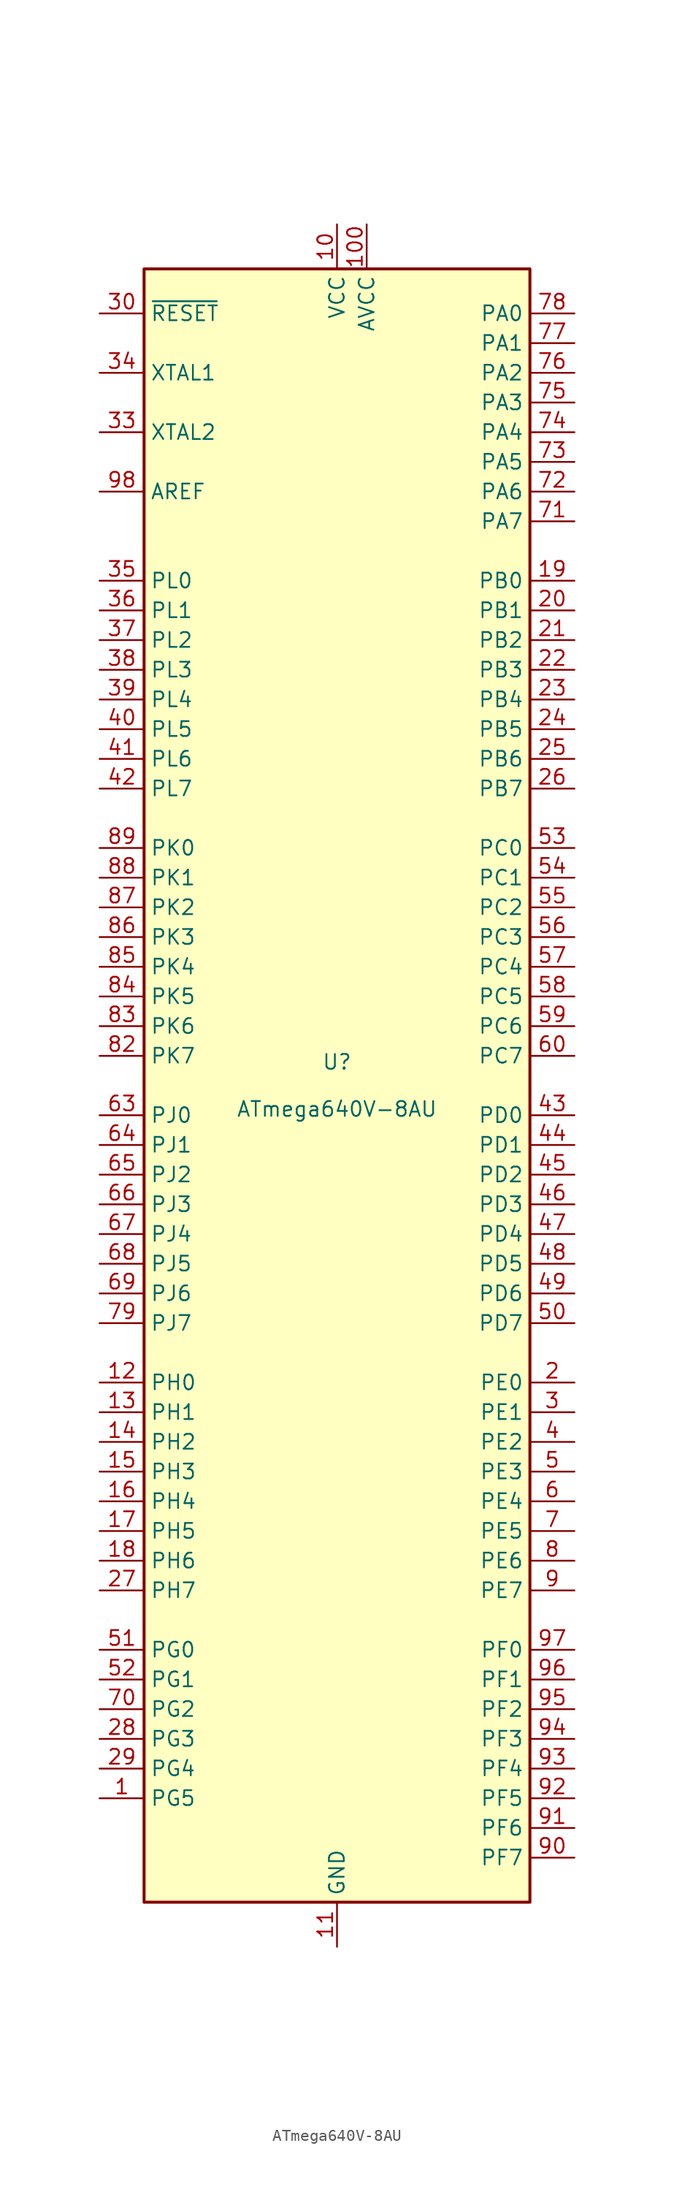
<source format=kicad_sym>
(kicad_symbol_lib
  (version 20200126)
  (host kicad_symbol_editor "5.99.0-unknown-40250c4~101~ubuntu20.04.1")
  (symbol "JBC_Atmel:ATmega640V-8AU"
    (pin_names
      (offset 0.508))
    (property "Reference" "U"
      (at 0 1.27 0)
      (effects (font (size 1.27 1.27)) (justify bottom)))
    (property "Value" "ATmega640V-8AU"
      (at 0 -1.27 0)
      (effects (font (size 1.27 1.27)) (justify top)))
    (symbol "ATmega640V-8AU_0_1"
      (rectangle (start -16.51 -69.85) (end 16.51 69.85) (stroke (width 0.254)) (fill (type background))))
    (symbol "ATmega640V-8AU_1_1"
      (pin bidirectional line (at -20.32 -60.96 0) (length 3.81) (name "PG5" (effects (font (size 1.27 1.27)))) (number "1" (effects (font (size 1.27 1.27)))))
      (pin power_in line (at 0 73.66 270) (length 3.81) (name "VCC" (effects (font (size 1.27 1.27)))) (number "10" (effects (font (size 1.27 1.27)))))
      (pin power_in line (at 2.54 73.66 270) (length 3.81) (name "AVCC" (effects (font (size 1.27 1.27)))) (number "100" (effects (font (size 1.27 1.27)))))
      (pin power_in line (at 0 -73.66 90) (length 3.81) (name "GND" (effects (font (size 1.27 1.27)))) (number "11" (effects (font (size 1.27 1.27)))))
      (pin bidirectional line (at -20.32 -25.4 0) (length 3.81) (name "PH0" (effects (font (size 1.27 1.27)))) (number "12" (effects (font (size 1.27 1.27)))))
      (pin bidirectional line (at -20.32 -27.94 0) (length 3.81) (name "PH1" (effects (font (size 1.27 1.27)))) (number "13" (effects (font (size 1.27 1.27)))))
      (pin bidirectional line (at -20.32 -30.48 0) (length 3.81) (name "PH2" (effects (font (size 1.27 1.27)))) (number "14" (effects (font (size 1.27 1.27)))))
      (pin bidirectional line (at -20.32 -33.02 0) (length 3.81) (name "PH3" (effects (font (size 1.27 1.27)))) (number "15" (effects (font (size 1.27 1.27)))))
      (pin bidirectional line (at -20.32 -35.56 0) (length 3.81) (name "PH4" (effects (font (size 1.27 1.27)))) (number "16" (effects (font (size 1.27 1.27)))))
      (pin bidirectional line (at -20.32 -38.1 0) (length 3.81) (name "PH5" (effects (font (size 1.27 1.27)))) (number "17" (effects (font (size 1.27 1.27)))))
      (pin bidirectional line (at -20.32 -40.64 0) (length 3.81) (name "PH6" (effects (font (size 1.27 1.27)))) (number "18" (effects (font (size 1.27 1.27)))))
      (pin bidirectional line (at 20.32 43.18 180) (length 3.81) (name "PB0" (effects (font (size 1.27 1.27)))) (number "19" (effects (font (size 1.27 1.27)))))
      (pin bidirectional line (at 20.32 -25.4 180) (length 3.81) (name "PE0" (effects (font (size 1.27 1.27)))) (number "2" (effects (font (size 1.27 1.27)))))
      (pin bidirectional line (at 20.32 40.64 180) (length 3.81) (name "PB1" (effects (font (size 1.27 1.27)))) (number "20" (effects (font (size 1.27 1.27)))))
      (pin bidirectional line (at 20.32 38.1 180) (length 3.81) (name "PB2" (effects (font (size 1.27 1.27)))) (number "21" (effects (font (size 1.27 1.27)))))
      (pin bidirectional line (at 20.32 35.56 180) (length 3.81) (name "PB3" (effects (font (size 1.27 1.27)))) (number "22" (effects (font (size 1.27 1.27)))))
      (pin bidirectional line (at 20.32 33.02 180) (length 3.81) (name "PB4" (effects (font (size 1.27 1.27)))) (number "23" (effects (font (size 1.27 1.27)))))
      (pin bidirectional line (at 20.32 30.48 180) (length 3.81) (name "PB5" (effects (font (size 1.27 1.27)))) (number "24" (effects (font (size 1.27 1.27)))))
      (pin bidirectional line (at 20.32 27.94 180) (length 3.81) (name "PB6" (effects (font (size 1.27 1.27)))) (number "25" (effects (font (size 1.27 1.27)))))
      (pin bidirectional line (at 20.32 25.4 180) (length 3.81) (name "PB7" (effects (font (size 1.27 1.27)))) (number "26" (effects (font (size 1.27 1.27)))))
      (pin bidirectional line (at -20.32 -43.18 0) (length 3.81) (name "PH7" (effects (font (size 1.27 1.27)))) (number "27" (effects (font (size 1.27 1.27)))))
      (pin bidirectional line (at -20.32 -55.88 0) (length 3.81) (name "PG3" (effects (font (size 1.27 1.27)))) (number "28" (effects (font (size 1.27 1.27)))))
      (pin bidirectional line (at -20.32 -58.42 0) (length 3.81) (name "PG4" (effects (font (size 1.27 1.27)))) (number "29" (effects (font (size 1.27 1.27)))))
      (pin bidirectional line (at 20.32 -27.94 180) (length 3.81) (name "PE1" (effects (font (size 1.27 1.27)))) (number "3" (effects (font (size 1.27 1.27)))))
      (pin input line (at -20.32 66.04 0) (length 3.81) (name "~RESET" (effects (font (size 1.27 1.27)))) (number "30" (effects (font (size 1.27 1.27)))))
      (pin passive line (at 0 73.66 270) (length 3.81) hide (name "VCC" (effects (font (size 1.27 1.27)))) (number "31" (effects (font (size 1.27 1.27)))))
      (pin passive line (at 0 -73.66 90) (length 3.81) hide (name "GND" (effects (font (size 1.27 1.27)))) (number "32" (effects (font (size 1.27 1.27)))))
      (pin output line (at -20.32 55.88 0) (length 3.81) (name "XTAL2" (effects (font (size 1.27 1.27)))) (number "33" (effects (font (size 1.27 1.27)))))
      (pin input line (at -20.32 60.96 0) (length 3.81) (name "XTAL1" (effects (font (size 1.27 1.27)))) (number "34" (effects (font (size 1.27 1.27)))))
      (pin bidirectional line (at -20.32 43.18 0) (length 3.81) (name "PL0" (effects (font (size 1.27 1.27)))) (number "35" (effects (font (size 1.27 1.27)))))
      (pin bidirectional line (at -20.32 40.64 0) (length 3.81) (name "PL1" (effects (font (size 1.27 1.27)))) (number "36" (effects (font (size 1.27 1.27)))))
      (pin bidirectional line (at -20.32 38.1 0) (length 3.81) (name "PL2" (effects (font (size 1.27 1.27)))) (number "37" (effects (font (size 1.27 1.27)))))
      (pin bidirectional line (at -20.32 35.56 0) (length 3.81) (name "PL3" (effects (font (size 1.27 1.27)))) (number "38" (effects (font (size 1.27 1.27)))))
      (pin bidirectional line (at -20.32 33.02 0) (length 3.81) (name "PL4" (effects (font (size 1.27 1.27)))) (number "39" (effects (font (size 1.27 1.27)))))
      (pin bidirectional line (at 20.32 -30.48 180) (length 3.81) (name "PE2" (effects (font (size 1.27 1.27)))) (number "4" (effects (font (size 1.27 1.27)))))
      (pin bidirectional line (at -20.32 30.48 0) (length 3.81) (name "PL5" (effects (font (size 1.27 1.27)))) (number "40" (effects (font (size 1.27 1.27)))))
      (pin bidirectional line (at -20.32 27.94 0) (length 3.81) (name "PL6" (effects (font (size 1.27 1.27)))) (number "41" (effects (font (size 1.27 1.27)))))
      (pin bidirectional line (at -20.32 25.4 0) (length 3.81) (name "PL7" (effects (font (size 1.27 1.27)))) (number "42" (effects (font (size 1.27 1.27)))))
      (pin bidirectional line (at 20.32 -2.54 180) (length 3.81) (name "PD0" (effects (font (size 1.27 1.27)))) (number "43" (effects (font (size 1.27 1.27)))))
      (pin bidirectional line (at 20.32 -5.08 180) (length 3.81) (name "PD1" (effects (font (size 1.27 1.27)))) (number "44" (effects (font (size 1.27 1.27)))))
      (pin bidirectional line (at 20.32 -7.62 180) (length 3.81) (name "PD2" (effects (font (size 1.27 1.27)))) (number "45" (effects (font (size 1.27 1.27)))))
      (pin bidirectional line (at 20.32 -10.16 180) (length 3.81) (name "PD3" (effects (font (size 1.27 1.27)))) (number "46" (effects (font (size 1.27 1.27)))))
      (pin bidirectional line (at 20.32 -12.7 180) (length 3.81) (name "PD4" (effects (font (size 1.27 1.27)))) (number "47" (effects (font (size 1.27 1.27)))))
      (pin bidirectional line (at 20.32 -15.24 180) (length 3.81) (name "PD5" (effects (font (size 1.27 1.27)))) (number "48" (effects (font (size 1.27 1.27)))))
      (pin bidirectional line (at 20.32 -17.78 180) (length 3.81) (name "PD6" (effects (font (size 1.27 1.27)))) (number "49" (effects (font (size 1.27 1.27)))))
      (pin bidirectional line (at 20.32 -33.02 180) (length 3.81) (name "PE3" (effects (font (size 1.27 1.27)))) (number "5" (effects (font (size 1.27 1.27)))))
      (pin bidirectional line (at 20.32 -20.32 180) (length 3.81) (name "PD7" (effects (font (size 1.27 1.27)))) (number "50" (effects (font (size 1.27 1.27)))))
      (pin bidirectional line (at -20.32 -48.26 0) (length 3.81) (name "PG0" (effects (font (size 1.27 1.27)))) (number "51" (effects (font (size 1.27 1.27)))))
      (pin bidirectional line (at -20.32 -50.8 0) (length 3.81) (name "PG1" (effects (font (size 1.27 1.27)))) (number "52" (effects (font (size 1.27 1.27)))))
      (pin bidirectional line (at 20.32 20.32 180) (length 3.81) (name "PC0" (effects (font (size 1.27 1.27)))) (number "53" (effects (font (size 1.27 1.27)))))
      (pin bidirectional line (at 20.32 17.78 180) (length 3.81) (name "PC1" (effects (font (size 1.27 1.27)))) (number "54" (effects (font (size 1.27 1.27)))))
      (pin bidirectional line (at 20.32 15.24 180) (length 3.81) (name "PC2" (effects (font (size 1.27 1.27)))) (number "55" (effects (font (size 1.27 1.27)))))
      (pin bidirectional line (at 20.32 12.7 180) (length 3.81) (name "PC3" (effects (font (size 1.27 1.27)))) (number "56" (effects (font (size 1.27 1.27)))))
      (pin bidirectional line (at 20.32 10.16 180) (length 3.81) (name "PC4" (effects (font (size 1.27 1.27)))) (number "57" (effects (font (size 1.27 1.27)))))
      (pin bidirectional line (at 20.32 7.62 180) (length 3.81) (name "PC5" (effects (font (size 1.27 1.27)))) (number "58" (effects (font (size 1.27 1.27)))))
      (pin bidirectional line (at 20.32 5.08 180) (length 3.81) (name "PC6" (effects (font (size 1.27 1.27)))) (number "59" (effects (font (size 1.27 1.27)))))
      (pin bidirectional line (at 20.32 -35.56 180) (length 3.81) (name "PE4" (effects (font (size 1.27 1.27)))) (number "6" (effects (font (size 1.27 1.27)))))
      (pin bidirectional line (at 20.32 2.54 180) (length 3.81) (name "PC7" (effects (font (size 1.27 1.27)))) (number "60" (effects (font (size 1.27 1.27)))))
      (pin passive line (at 0 73.66 270) (length 3.81) hide (name "VCC" (effects (font (size 1.27 1.27)))) (number "61" (effects (font (size 1.27 1.27)))))
      (pin passive line (at 0 -73.66 90) (length 3.81) hide (name "GND" (effects (font (size 1.27 1.27)))) (number "62" (effects (font (size 1.27 1.27)))))
      (pin bidirectional line (at -20.32 -2.54 0) (length 3.81) (name "PJ0" (effects (font (size 1.27 1.27)))) (number "63" (effects (font (size 1.27 1.27)))))
      (pin bidirectional line (at -20.32 -5.08 0) (length 3.81) (name "PJ1" (effects (font (size 1.27 1.27)))) (number "64" (effects (font (size 1.27 1.27)))))
      (pin bidirectional line (at -20.32 -7.62 0) (length 3.81) (name "PJ2" (effects (font (size 1.27 1.27)))) (number "65" (effects (font (size 1.27 1.27)))))
      (pin bidirectional line (at -20.32 -10.16 0) (length 3.81) (name "PJ3" (effects (font (size 1.27 1.27)))) (number "66" (effects (font (size 1.27 1.27)))))
      (pin bidirectional line (at -20.32 -12.7 0) (length 3.81) (name "PJ4" (effects (font (size 1.27 1.27)))) (number "67" (effects (font (size 1.27 1.27)))))
      (pin bidirectional line (at -20.32 -15.24 0) (length 3.81) (name "PJ5" (effects (font (size 1.27 1.27)))) (number "68" (effects (font (size 1.27 1.27)))))
      (pin bidirectional line (at -20.32 -17.78 0) (length 3.81) (name "PJ6" (effects (font (size 1.27 1.27)))) (number "69" (effects (font (size 1.27 1.27)))))
      (pin bidirectional line (at 20.32 -38.1 180) (length 3.81) (name "PE5" (effects (font (size 1.27 1.27)))) (number "7" (effects (font (size 1.27 1.27)))))
      (pin bidirectional line (at -20.32 -53.34 0) (length 3.81) (name "PG2" (effects (font (size 1.27 1.27)))) (number "70" (effects (font (size 1.27 1.27)))))
      (pin bidirectional line (at 20.32 48.26 180) (length 3.81) (name "PA7" (effects (font (size 1.27 1.27)))) (number "71" (effects (font (size 1.27 1.27)))))
      (pin bidirectional line (at 20.32 50.8 180) (length 3.81) (name "PA6" (effects (font (size 1.27 1.27)))) (number "72" (effects (font (size 1.27 1.27)))))
      (pin bidirectional line (at 20.32 53.34 180) (length 3.81) (name "PA5" (effects (font (size 1.27 1.27)))) (number "73" (effects (font (size 1.27 1.27)))))
      (pin bidirectional line (at 20.32 55.88 180) (length 3.81) (name "PA4" (effects (font (size 1.27 1.27)))) (number "74" (effects (font (size 1.27 1.27)))))
      (pin bidirectional line (at 20.32 58.42 180) (length 3.81) (name "PA3" (effects (font (size 1.27 1.27)))) (number "75" (effects (font (size 1.27 1.27)))))
      (pin bidirectional line (at 20.32 60.96 180) (length 3.81) (name "PA2" (effects (font (size 1.27 1.27)))) (number "76" (effects (font (size 1.27 1.27)))))
      (pin bidirectional line (at 20.32 63.5 180) (length 3.81) (name "PA1" (effects (font (size 1.27 1.27)))) (number "77" (effects (font (size 1.27 1.27)))))
      (pin bidirectional line (at 20.32 66.04 180) (length 3.81) (name "PA0" (effects (font (size 1.27 1.27)))) (number "78" (effects (font (size 1.27 1.27)))))
      (pin bidirectional line (at -20.32 -20.32 0) (length 3.81) (name "PJ7" (effects (font (size 1.27 1.27)))) (number "79" (effects (font (size 1.27 1.27)))))
      (pin bidirectional line (at 20.32 -40.64 180) (length 3.81) (name "PE6" (effects (font (size 1.27 1.27)))) (number "8" (effects (font (size 1.27 1.27)))))
      (pin passive line (at 0 73.66 270) (length 3.81) hide (name "VCC" (effects (font (size 1.27 1.27)))) (number "80" (effects (font (size 1.27 1.27)))))
      (pin passive line (at 0 -73.66 90) (length 3.81) hide (name "GND" (effects (font (size 1.27 1.27)))) (number "81" (effects (font (size 1.27 1.27)))))
      (pin bidirectional line (at -20.32 2.54 0) (length 3.81) (name "PK7" (effects (font (size 1.27 1.27)))) (number "82" (effects (font (size 1.27 1.27)))))
      (pin bidirectional line (at -20.32 5.08 0) (length 3.81) (name "PK6" (effects (font (size 1.27 1.27)))) (number "83" (effects (font (size 1.27 1.27)))))
      (pin bidirectional line (at -20.32 7.62 0) (length 3.81) (name "PK5" (effects (font (size 1.27 1.27)))) (number "84" (effects (font (size 1.27 1.27)))))
      (pin bidirectional line (at -20.32 10.16 0) (length 3.81) (name "PK4" (effects (font (size 1.27 1.27)))) (number "85" (effects (font (size 1.27 1.27)))))
      (pin bidirectional line (at -20.32 12.7 0) (length 3.81) (name "PK3" (effects (font (size 1.27 1.27)))) (number "86" (effects (font (size 1.27 1.27)))))
      (pin bidirectional line (at -20.32 15.24 0) (length 3.81) (name "PK2" (effects (font (size 1.27 1.27)))) (number "87" (effects (font (size 1.27 1.27)))))
      (pin bidirectional line (at -20.32 17.78 0) (length 3.81) (name "PK1" (effects (font (size 1.27 1.27)))) (number "88" (effects (font (size 1.27 1.27)))))
      (pin bidirectional line (at -20.32 20.32 0) (length 3.81) (name "PK0" (effects (font (size 1.27 1.27)))) (number "89" (effects (font (size 1.27 1.27)))))
      (pin bidirectional line (at 20.32 -43.18 180) (length 3.81) (name "PE7" (effects (font (size 1.27 1.27)))) (number "9" (effects (font (size 1.27 1.27)))))
      (pin bidirectional line (at 20.32 -66.04 180) (length 3.81) (name "PF7" (effects (font (size 1.27 1.27)))) (number "90" (effects (font (size 1.27 1.27)))))
      (pin bidirectional line (at 20.32 -63.5 180) (length 3.81) (name "PF6" (effects (font (size 1.27 1.27)))) (number "91" (effects (font (size 1.27 1.27)))))
      (pin bidirectional line (at 20.32 -60.96 180) (length 3.81) (name "PF5" (effects (font (size 1.27 1.27)))) (number "92" (effects (font (size 1.27 1.27)))))
      (pin bidirectional line (at 20.32 -58.42 180) (length 3.81) (name "PF4" (effects (font (size 1.27 1.27)))) (number "93" (effects (font (size 1.27 1.27)))))
      (pin bidirectional line (at 20.32 -55.88 180) (length 3.81) (name "PF3" (effects (font (size 1.27 1.27)))) (number "94" (effects (font (size 1.27 1.27)))))
      (pin bidirectional line (at 20.32 -53.34 180) (length 3.81) (name "PF2" (effects (font (size 1.27 1.27)))) (number "95" (effects (font (size 1.27 1.27)))))
      (pin bidirectional line (at 20.32 -50.8 180) (length 3.81) (name "PF1" (effects (font (size 1.27 1.27)))) (number "96" (effects (font (size 1.27 1.27)))))
      (pin bidirectional line (at 20.32 -48.26 180) (length 3.81) (name "PF0" (effects (font (size 1.27 1.27)))) (number "97" (effects (font (size 1.27 1.27)))))
      (pin passive line (at -20.32 50.8 0) (length 3.81) (name "AREF" (effects (font (size 1.27 1.27)))) (number "98" (effects (font (size 1.27 1.27)))))
      (pin passive line (at 0 -73.66 90) (length 3.81) hide (name "GND" (effects (font (size 1.27 1.27)))) (number "99" (effects (font (size 1.27 1.27))))))))
</source>
